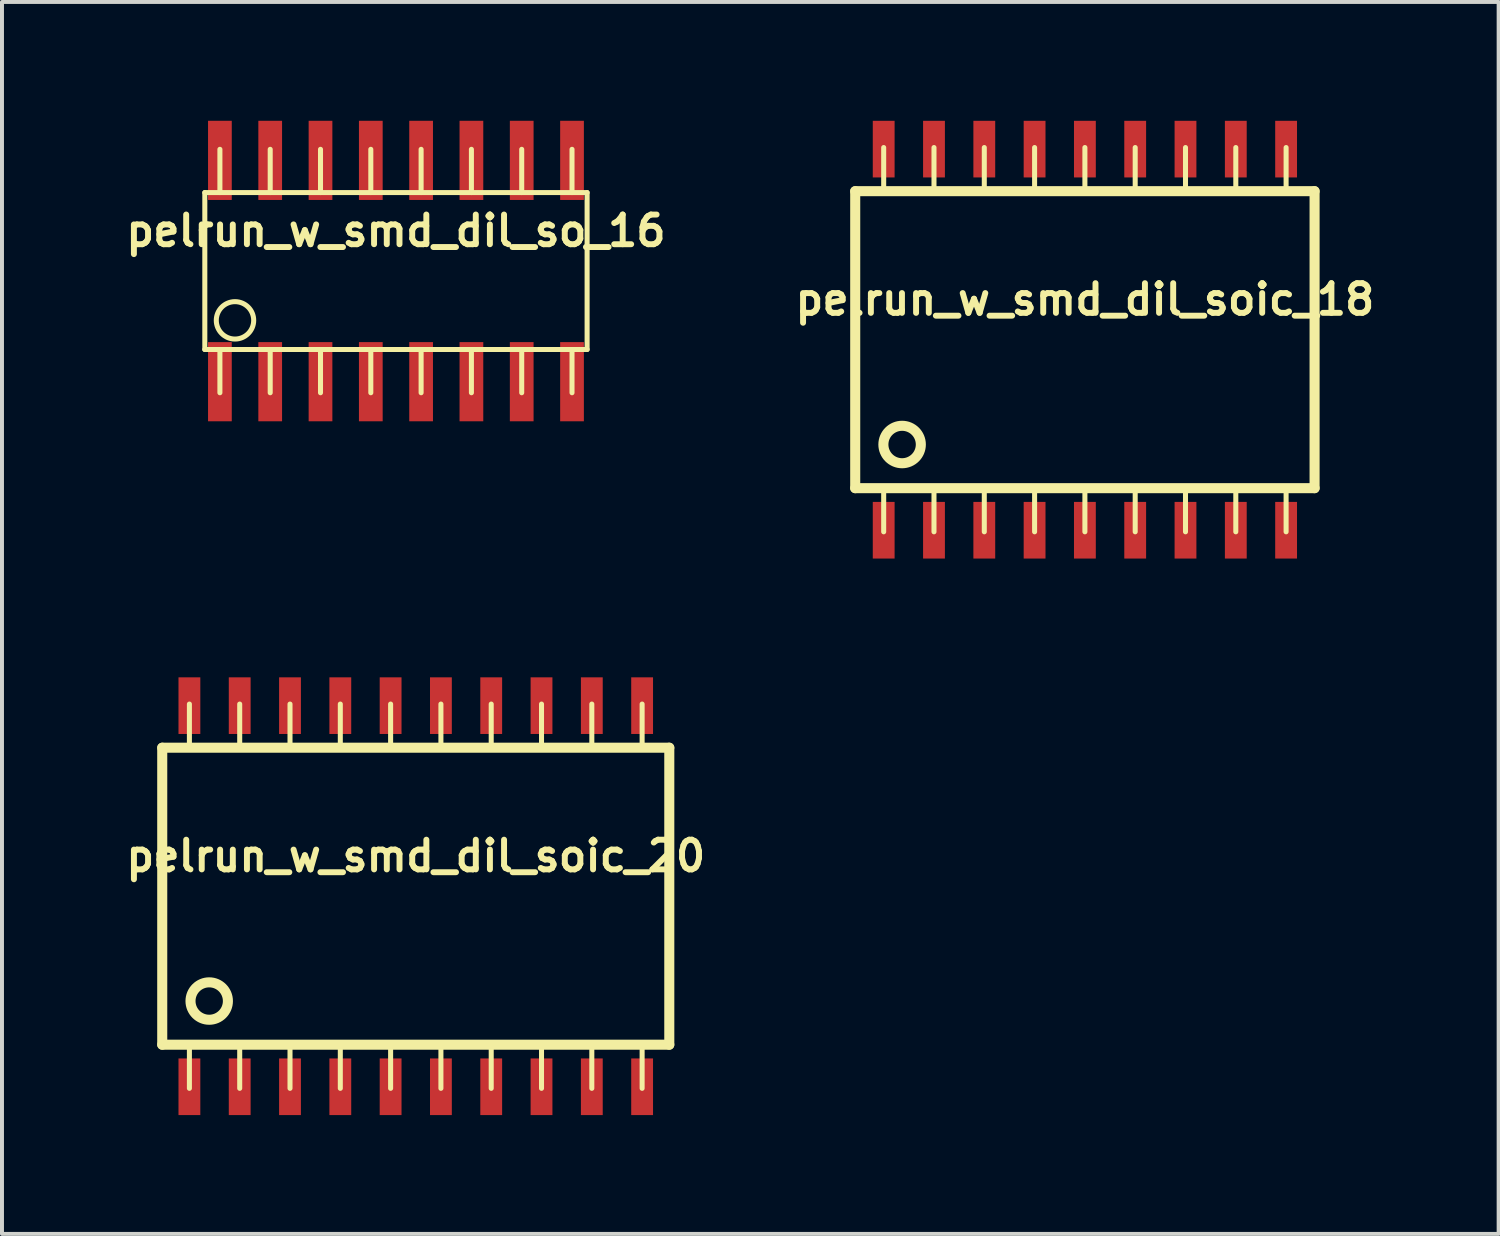
<source format=kicad_pcb>
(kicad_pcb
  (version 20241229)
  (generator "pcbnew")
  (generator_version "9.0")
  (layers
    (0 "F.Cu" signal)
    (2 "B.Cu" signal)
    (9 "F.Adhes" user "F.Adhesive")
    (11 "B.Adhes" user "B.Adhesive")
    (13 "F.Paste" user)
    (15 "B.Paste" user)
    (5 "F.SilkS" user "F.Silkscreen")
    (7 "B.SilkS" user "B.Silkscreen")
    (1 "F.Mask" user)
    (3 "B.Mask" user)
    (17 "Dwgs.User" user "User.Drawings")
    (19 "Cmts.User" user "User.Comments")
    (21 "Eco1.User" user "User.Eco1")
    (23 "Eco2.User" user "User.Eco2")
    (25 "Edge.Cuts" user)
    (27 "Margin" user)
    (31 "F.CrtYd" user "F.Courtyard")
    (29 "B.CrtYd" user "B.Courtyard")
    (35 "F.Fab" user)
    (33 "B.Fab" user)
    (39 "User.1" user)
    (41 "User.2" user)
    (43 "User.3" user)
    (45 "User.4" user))
  (footprint "pelrun_w_smd_dil_so_16"
    (layer "F.Cu")
    (at 6.947 3.793)
    (property "Reference" "pelrun_w_smd_dil_so_16" (at 0 -1.016 0) (layer "F.SilkS") (effects (font (size 0.749 0.749) (thickness 0.15))))
    (attr through_hole)
    (fp_line (start -4.826 -1.981) (end -4.826 1.981) (stroke (width 0.127) (type solid)) (layer "F.SilkS"))
    (fp_line (start -4.826 1.981) (end 4.826 1.981) (stroke (width 0.127) (type solid)) (layer "F.SilkS"))
    (fp_line (start -4.445 -3.073) (end -4.445 -1.981) (stroke (width 0.127) (type solid)) (layer "F.SilkS"))
    (fp_line (start -4.445 1.981) (end -4.445 3.073) (stroke (width 0.127) (type solid)) (layer "F.SilkS"))
    (fp_line (start -3.175 -1.981) (end -3.175 -3.073) (stroke (width 0.127) (type solid)) (layer "F.SilkS"))
    (fp_line (start -3.175 3.073) (end -3.175 1.981) (stroke (width 0.127) (type solid)) (layer "F.SilkS"))
    (fp_line (start -1.905 -1.981) (end -1.905 -3.073) (stroke (width 0.127) (type solid)) (layer "F.SilkS"))
    (fp_line (start -1.905 3.073) (end -1.905 1.981) (stroke (width 0.127) (type solid)) (layer "F.SilkS"))
    (fp_line (start -0.635 -1.981) (end -0.635 -3.073) (stroke (width 0.127) (type solid)) (layer "F.SilkS"))
    (fp_line (start -0.635 3.073) (end -0.635 1.981) (stroke (width 0.127) (type solid)) (layer "F.SilkS"))
    (fp_line (start 0.635 -1.981) (end 0.635 -3.073) (stroke (width 0.127) (type solid)) (layer "F.SilkS"))
    (fp_line (start 0.635 3.073) (end 0.635 1.981) (stroke (width 0.127) (type solid)) (layer "F.SilkS"))
    (fp_line (start 1.905 -3.073) (end 1.905 -1.981) (stroke (width 0.127) (type solid)) (layer "F.SilkS"))
    (fp_line (start 1.905 1.981) (end 1.905 3.073) (stroke (width 0.127) (type solid)) (layer "F.SilkS"))
    (fp_line (start 3.175 -3.073) (end 3.175 -1.981) (stroke (width 0.127) (type solid)) (layer "F.SilkS"))
    (fp_line (start 3.175 1.981) (end 3.175 3.073) (stroke (width 0.127) (type solid)) (layer "F.SilkS"))
    (fp_line (start 4.445 -3.073) (end 4.445 -1.981) (stroke (width 0.127) (type solid)) (layer "F.SilkS"))
    (fp_line (start 4.445 1.981) (end 4.445 3.073) (stroke (width 0.127) (type solid)) (layer "F.SilkS"))
    (fp_line (start 4.826 -1.981) (end -4.826 -1.981) (stroke (width 0.127) (type solid)) (layer "F.SilkS"))
    (fp_line (start 4.826 1.981) (end 4.826 -1.981) (stroke (width 0.127) (type solid)) (layer "F.SilkS"))
    (fp_circle (center -4.064 1.245) (end -4.343 1.626) (stroke (width 0.127) (type solid)) (fill no) (layer "F.SilkS"))
    (pad "1" smd rect (at -4.445 2.794) (size 0.599 1.999) (layers "F.Cu" "F.Mask" "F.Paste"))
    (pad "2" smd rect (at -3.175 2.794) (size 0.599 1.999) (layers "F.Cu" "F.Mask" "F.Paste"))
    (pad "3" smd rect (at -1.905 2.794) (size 0.599 1.999) (layers "F.Cu" "F.Mask" "F.Paste"))
    (pad "4" smd rect (at -0.635 2.794) (size 0.599 1.999) (layers "F.Cu" "F.Mask" "F.Paste"))
    (pad "5" smd rect (at 0.635 2.794) (size 0.599 1.999) (layers "F.Cu" "F.Mask" "F.Paste"))
    (pad "6" smd rect (at 1.905 2.794) (size 0.599 1.999) (layers "F.Cu" "F.Mask" "F.Paste"))
    (pad "7" smd rect (at 3.175 2.794) (size 0.599 1.999) (layers "F.Cu" "F.Mask" "F.Paste"))
    (pad "8" smd rect (at 4.445 2.794) (size 0.599 1.999) (layers "F.Cu" "F.Mask" "F.Paste"))
    (pad "9" smd rect (at 4.445 -2.794) (size 0.599 1.999) (layers "F.Cu" "F.Mask" "F.Paste"))
    (pad "10" smd rect (at 3.175 -2.794) (size 0.599 1.999) (layers "F.Cu" "F.Mask" "F.Paste"))
    (pad "11" smd rect (at 1.905 -2.794) (size 0.599 1.999) (layers "F.Cu" "F.Mask" "F.Paste"))
    (pad "12" smd rect (at 0.635 -2.794) (size 0.599 1.999) (layers "F.Cu" "F.Mask" "F.Paste"))
    (pad "13" smd rect (at -0.635 -2.794) (size 0.599 1.999) (layers "F.Cu" "F.Mask" "F.Paste"))
    (pad "14" smd rect (at -1.905 -2.794) (size 0.599 1.999) (layers "F.Cu" "F.Mask" "F.Paste"))
    (pad "15" smd rect (at -3.175 -2.794) (size 0.599 1.999) (layers "F.Cu" "F.Mask" "F.Paste"))
    (pad "16" smd rect (at -4.445 -2.794) (size 0.599 1.999) (layers "F.Cu" "F.Mask" "F.Paste")))
  (footprint "pelrun_w_smd_dil_soic_20"
    (layer "F.Cu")
    (at 7.447 19.577)
    (property "Reference" "pelrun_w_smd_dil_soic_20" (at 0 -1.016 0) (layer "F.SilkS") (effects (font (size 0.749 0.749) (thickness 0.15))))
    (attr through_hole)
    (fp_line (start -6.401 -3.749) (end -6.401 3.749) (stroke (width 0.254) (type solid)) (layer "F.SilkS"))
    (fp_line (start -6.401 3.749) (end 6.401 3.749) (stroke (width 0.254) (type solid)) (layer "F.SilkS"))
    (fp_line (start -5.715 -3.759) (end -5.715 -4.851) (stroke (width 0.127) (type solid)) (layer "F.SilkS"))
    (fp_line (start -5.715 4.851) (end -5.715 3.759) (stroke (width 0.127) (type solid)) (layer "F.SilkS"))
    (fp_line (start -4.445 -3.759) (end -4.445 -4.851) (stroke (width 0.127) (type solid)) (layer "F.SilkS"))
    (fp_line (start -4.445 3.759) (end -4.445 4.851) (stroke (width 0.127) (type solid)) (layer "F.SilkS"))
    (fp_line (start -3.175 -3.759) (end -3.175 -4.851) (stroke (width 0.127) (type solid)) (layer "F.SilkS"))
    (fp_line (start -3.175 4.851) (end -3.175 3.759) (stroke (width 0.127) (type solid)) (layer "F.SilkS"))
    (fp_line (start -1.905 -4.851) (end -1.905 -3.759) (stroke (width 0.127) (type solid)) (layer "F.SilkS"))
    (fp_line (start -1.905 4.851) (end -1.905 3.759) (stroke (width 0.127) (type solid)) (layer "F.SilkS"))
    (fp_line (start -0.635 -4.851) (end -0.635 -3.759) (stroke (width 0.127) (type solid)) (layer "F.SilkS"))
    (fp_line (start -0.635 4.851) (end -0.635 3.759) (stroke (width 0.127) (type solid)) (layer "F.SilkS"))
    (fp_line (start 0.635 -4.851) (end 0.635 -3.759) (stroke (width 0.127) (type solid)) (layer "F.SilkS"))
    (fp_line (start 0.635 4.851) (end 0.635 3.759) (stroke (width 0.127) (type solid)) (layer "F.SilkS"))
    (fp_line (start 1.905 -3.759) (end 1.905 -4.851) (stroke (width 0.127) (type solid)) (layer "F.SilkS"))
    (fp_line (start 1.905 3.759) (end 1.905 4.851) (stroke (width 0.127) (type solid)) (layer "F.SilkS"))
    (fp_line (start 3.175 -3.759) (end 3.175 -4.851) (stroke (width 0.127) (type solid)) (layer "F.SilkS"))
    (fp_line (start 3.175 3.759) (end 3.175 4.851) (stroke (width 0.127) (type solid)) (layer "F.SilkS"))
    (fp_line (start 4.445 -3.759) (end 4.445 -4.851) (stroke (width 0.127) (type solid)) (layer "F.SilkS"))
    (fp_line (start 4.445 3.759) (end 4.445 4.851) (stroke (width 0.127) (type solid)) (layer "F.SilkS"))
    (fp_line (start 5.715 -4.851) (end 5.715 -3.759) (stroke (width 0.127) (type solid)) (layer "F.SilkS"))
    (fp_line (start 5.715 3.759) (end 5.715 4.851) (stroke (width 0.127) (type solid)) (layer "F.SilkS"))
    (fp_line (start 6.401 -3.749) (end -6.401 -3.749) (stroke (width 0.254) (type solid)) (layer "F.SilkS"))
    (fp_line (start 6.401 3.749) (end 6.401 -3.749) (stroke (width 0.254) (type solid)) (layer "F.SilkS"))
    (fp_circle (center -5.215 2.647) (end -5.494 3.028) (stroke (width 0.254) (type solid)) (fill no) (layer "F.SilkS"))
    (pad "1" smd rect (at -5.715 4.811) (size 0.551 1.43) (layers "F.Cu" "F.Mask" "F.Paste"))
    (pad "2" smd rect (at -4.445 4.811) (size 0.551 1.43) (layers "F.Cu" "F.Mask" "F.Paste"))
    (pad "3" smd rect (at -3.175 4.811) (size 0.551 1.43) (layers "F.Cu" "F.Mask" "F.Paste"))
    (pad "4" smd rect (at -1.905 4.811) (size 0.551 1.43) (layers "F.Cu" "F.Mask" "F.Paste"))
    (pad "5" smd rect (at -0.635 4.811) (size 0.551 1.43) (layers "F.Cu" "F.Mask" "F.Paste"))
    (pad "6" smd rect (at 0.635 4.811) (size 0.551 1.43) (layers "F.Cu" "F.Mask" "F.Paste"))
    (pad "7" smd rect (at 1.905 4.811) (size 0.551 1.43) (layers "F.Cu" "F.Mask" "F.Paste"))
    (pad "8" smd rect (at 3.175 4.811) (size 0.551 1.43) (layers "F.Cu" "F.Mask" "F.Paste"))
    (pad "9" smd rect (at 4.445 4.811) (size 0.551 1.43) (layers "F.Cu" "F.Mask" "F.Paste"))
    (pad "10" smd rect (at 5.715 4.811) (size 0.551 1.43) (layers "F.Cu" "F.Mask" "F.Paste"))
    (pad "11" smd rect (at 5.715 -4.811) (size 0.551 1.43) (layers "F.Cu" "F.Mask" "F.Paste"))
    (pad "12" smd rect (at 4.445 -4.811) (size 0.551 1.43) (layers "F.Cu" "F.Mask" "F.Paste"))
    (pad "13" smd rect (at 3.175 -4.811) (size 0.551 1.43) (layers "F.Cu" "F.Mask" "F.Paste"))
    (pad "14" smd rect (at 1.905 -4.811) (size 0.551 1.43) (layers "F.Cu" "F.Mask" "F.Paste"))
    (pad "15" smd rect (at 0.635 -4.811) (size 0.551 1.43) (layers "F.Cu" "F.Mask" "F.Paste"))
    (pad "16" smd rect (at -0.635 -4.811) (size 0.551 1.43) (layers "F.Cu" "F.Mask" "F.Paste"))
    (pad "17" smd rect (at -1.905 -4.811) (size 0.551 1.43) (layers "F.Cu" "F.Mask" "F.Paste"))
    (pad "18" smd rect (at -3.175 -4.811) (size 0.551 1.43) (layers "F.Cu" "F.Mask" "F.Paste"))
    (pad "19" smd rect (at -4.445 -4.811) (size 0.551 1.43) (layers "F.Cu" "F.Mask" "F.Paste"))
    (pad "20" smd rect (at -5.715 -4.811) (size 0.551 1.43) (layers "F.Cu" "F.Mask" "F.Paste")))
  (footprint "pelrun_w_smd_dil_soic_18"
    (layer "F.Cu")
    (at 24.341 5.526)
    (property "Reference" "pelrun_w_smd_dil_soic_18" (at 0 -1.016 0) (layer "F.SilkS") (effects (font (size 0.749 0.749) (thickness 0.15))))
    (attr through_hole)
    (fp_line (start -5.799 -3.749) (end -5.799 3.749) (stroke (width 0.254) (type solid)) (layer "F.SilkS"))
    (fp_line (start -5.799 3.749) (end 5.799 3.749) (stroke (width 0.254) (type solid)) (layer "F.SilkS"))
    (fp_line (start -5.08 -3.759) (end -5.08 -4.851) (stroke (width 0.127) (type solid)) (layer "F.SilkS"))
    (fp_line (start -5.08 4.851) (end -5.08 3.759) (stroke (width 0.127) (type solid)) (layer "F.SilkS"))
    (fp_line (start -3.81 -3.759) (end -3.81 -4.851) (stroke (width 0.127) (type solid)) (layer "F.SilkS"))
    (fp_line (start -3.81 3.759) (end -3.81 4.851) (stroke (width 0.127) (type solid)) (layer "F.SilkS"))
    (fp_line (start -2.54 -3.759) (end -2.54 -4.851) (stroke (width 0.127) (type solid)) (layer "F.SilkS"))
    (fp_line (start -2.54 4.851) (end -2.54 3.759) (stroke (width 0.127) (type solid)) (layer "F.SilkS"))
    (fp_line (start -1.27 -4.851) (end -1.27 -3.759) (stroke (width 0.127) (type solid)) (layer "F.SilkS"))
    (fp_line (start -1.27 4.851) (end -1.27 3.759) (stroke (width 0.127) (type solid)) (layer "F.SilkS"))
    (fp_line (start 0 -4.851) (end 0 -3.759) (stroke (width 0.127) (type solid)) (layer "F.SilkS"))
    (fp_line (start 0 4.851) (end 0 3.759) (stroke (width 0.127) (type solid)) (layer "F.SilkS"))
    (fp_line (start 1.27 -4.851) (end 1.27 -3.759) (stroke (width 0.127) (type solid)) (layer "F.SilkS"))
    (fp_line (start 1.27 4.851) (end 1.27 3.759) (stroke (width 0.127) (type solid)) (layer "F.SilkS"))
    (fp_line (start 2.54 -3.759) (end 2.54 -4.851) (stroke (width 0.127) (type solid)) (layer "F.SilkS"))
    (fp_line (start 2.54 3.759) (end 2.54 4.851) (stroke (width 0.127) (type solid)) (layer "F.SilkS"))
    (fp_line (start 3.81 -3.759) (end 3.81 -4.851) (stroke (width 0.127) (type solid)) (layer "F.SilkS"))
    (fp_line (start 3.81 3.759) (end 3.81 4.851) (stroke (width 0.127) (type solid)) (layer "F.SilkS"))
    (fp_line (start 5.08 -3.759) (end 5.08 -4.851) (stroke (width 0.127) (type solid)) (layer "F.SilkS"))
    (fp_line (start 5.08 3.759) (end 5.08 4.851) (stroke (width 0.127) (type solid)) (layer "F.SilkS"))
    (fp_line (start 5.799 -3.749) (end -5.799 -3.749) (stroke (width 0.254) (type solid)) (layer "F.SilkS"))
    (fp_line (start 5.799 3.749) (end 5.799 -3.749) (stroke (width 0.254) (type solid)) (layer "F.SilkS"))
    (fp_circle (center -4.615 2.647) (end -4.895 3.028) (stroke (width 0.254) (type solid)) (fill no) (layer "F.SilkS"))
    (pad "1" smd rect (at -5.08 4.811) (size 0.551 1.43) (layers "F.Cu" "F.Mask" "F.Paste"))
    (pad "2" smd rect (at -3.81 4.811) (size 0.551 1.43) (layers "F.Cu" "F.Mask" "F.Paste"))
    (pad "3" smd rect (at -2.54 4.811) (size 0.551 1.43) (layers "F.Cu" "F.Mask" "F.Paste"))
    (pad "4" smd rect (at -1.27 4.811) (size 0.551 1.43) (layers "F.Cu" "F.Mask" "F.Paste"))
    (pad "5" smd rect (at 0 4.811) (size 0.551 1.43) (layers "F.Cu" "F.Mask" "F.Paste"))
    (pad "6" smd rect (at 1.27 4.811) (size 0.551 1.43) (layers "F.Cu" "F.Mask" "F.Paste"))
    (pad "7" smd rect (at 2.54 4.811) (size 0.551 1.43) (layers "F.Cu" "F.Mask" "F.Paste"))
    (pad "8" smd rect (at 3.81 4.811) (size 0.551 1.43) (layers "F.Cu" "F.Mask" "F.Paste"))
    (pad "9" smd rect (at 5.08 4.811) (size 0.551 1.43) (layers "F.Cu" "F.Mask" "F.Paste"))
    (pad "10" smd rect (at 5.08 -4.811) (size 0.551 1.43) (layers "F.Cu" "F.Mask" "F.Paste"))
    (pad "11" smd rect (at 3.81 -4.811) (size 0.551 1.43) (layers "F.Cu" "F.Mask" "F.Paste"))
    (pad "12" smd rect (at 2.54 -4.811) (size 0.551 1.43) (layers "F.Cu" "F.Mask" "F.Paste"))
    (pad "13" smd rect (at 1.27 -4.811) (size 0.551 1.43) (layers "F.Cu" "F.Mask" "F.Paste"))
    (pad "14" smd rect (at 0 -4.811) (size 0.551 1.43) (layers "F.Cu" "F.Mask" "F.Paste"))
    (pad "15" smd rect (at -1.27 -4.811) (size 0.551 1.43) (layers "F.Cu" "F.Mask" "F.Paste"))
    (pad "16" smd rect (at -2.54 -4.811) (size 0.551 1.43) (layers "F.Cu" "F.Mask" "F.Paste"))
    (pad "17" smd rect (at -3.81 -4.811) (size 0.551 1.43) (layers "F.Cu" "F.Mask" "F.Paste"))
    (pad "18" smd rect (at -5.08 -4.811) (size 0.551 1.43) (layers "F.Cu" "F.Mask" "F.Paste")))
  (gr_rect
    (start -3 -3)
    (end 34.787 28.103)
    (stroke (width 0.1) (type default))
    (fill no)
    (layer "Edge.Cuts")))
</source>
